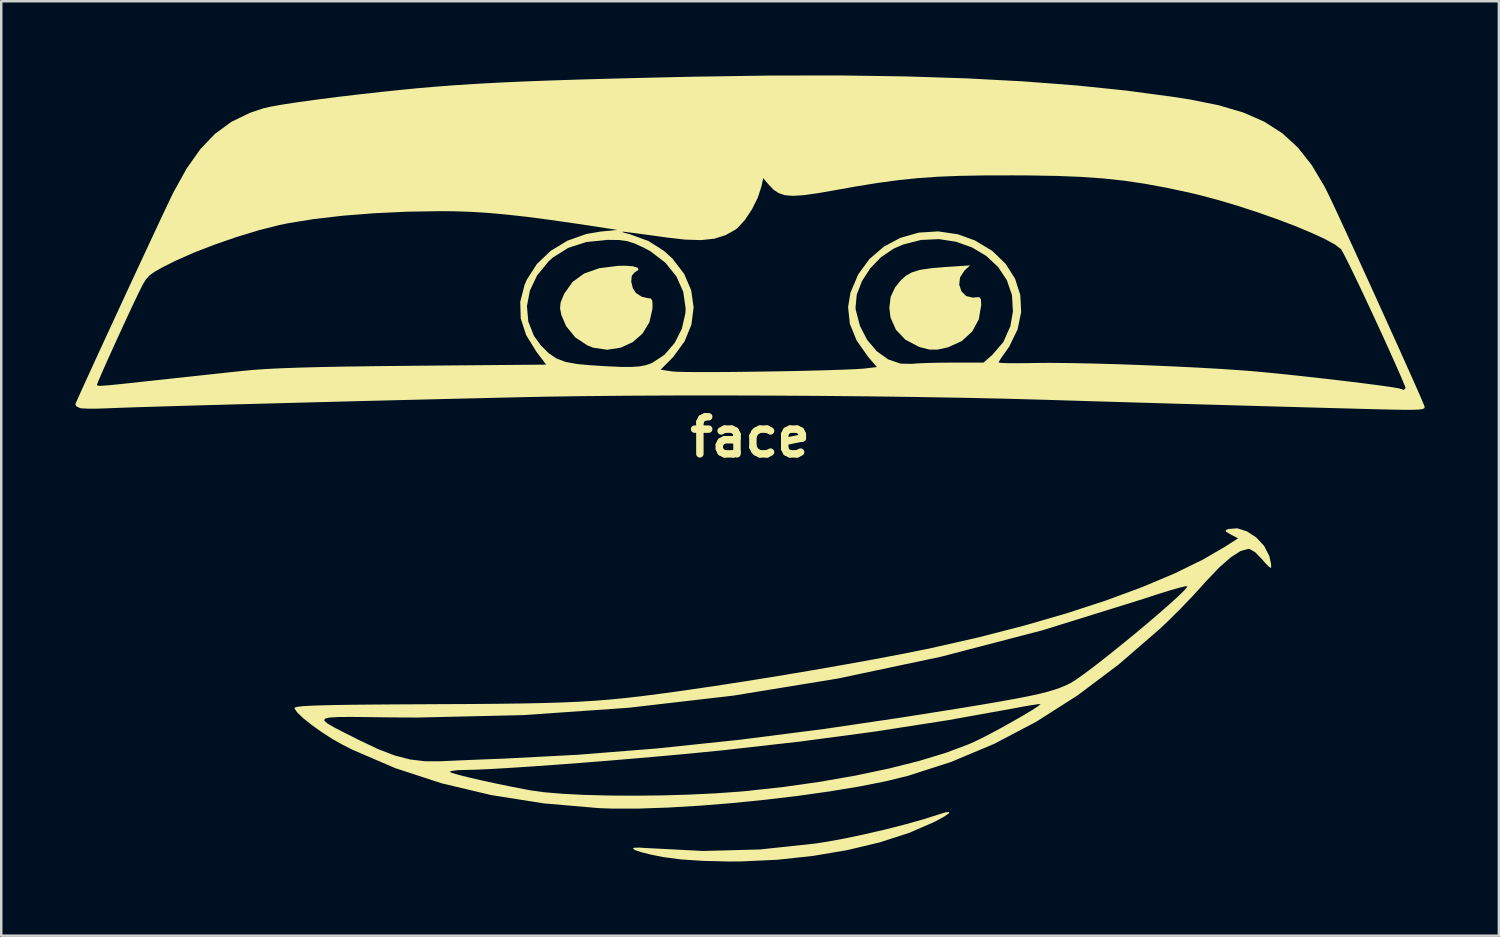
<source format=kicad_pcb>
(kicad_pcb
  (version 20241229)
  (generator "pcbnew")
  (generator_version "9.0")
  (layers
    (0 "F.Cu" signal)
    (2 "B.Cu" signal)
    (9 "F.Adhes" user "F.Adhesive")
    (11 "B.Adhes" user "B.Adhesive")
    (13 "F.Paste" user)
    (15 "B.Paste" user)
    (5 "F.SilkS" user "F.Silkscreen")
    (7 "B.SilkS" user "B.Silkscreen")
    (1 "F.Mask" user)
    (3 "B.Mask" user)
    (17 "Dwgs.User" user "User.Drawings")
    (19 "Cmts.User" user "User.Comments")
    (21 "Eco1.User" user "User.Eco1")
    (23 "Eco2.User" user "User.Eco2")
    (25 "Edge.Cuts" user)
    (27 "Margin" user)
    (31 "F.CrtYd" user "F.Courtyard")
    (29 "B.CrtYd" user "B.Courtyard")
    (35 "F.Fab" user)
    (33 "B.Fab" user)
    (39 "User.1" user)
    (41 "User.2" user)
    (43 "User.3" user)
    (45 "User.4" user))
  (footprint "face"
    (layer "F.Cu")
    (at 27.275 14.617)
    (property "Reference" "face" (at 0 0 0) (layer "F.SilkS") (effects (font (size 1.5 1.5) (thickness 0.3))))
    (attr board_only exclude_from_pos_files exclude_from_bom)
    (fp_poly (pts (xy 8.028 15.208) (xy 7.841 15.338) (xy 7.487 15.532) (xy 7.419 15.566) (xy 6.405 16.004) (xy 5.231 16.382) (xy 3.933 16.692) (xy 2.543 16.928) (xy 1.098 17.084) (xy -0.37 17.152) (xy -0.853 17.155) (xy -1.912 17.13) (xy -2.813 17.069) (xy -3.514 16.976) (xy -4.003 16.879) (xy -4.381 16.785) (xy -4.633 16.703) (xy -4.743 16.638) (xy -4.695 16.599) (xy -4.476 16.593) (xy -4.267 16.607) (xy -1.911 16.729) (xy 0.384 16.669) (xy 2.643 16.427) (xy 3.112 16.354) (xy 3.84 16.22) (xy 4.651 16.048) (xy 5.488 15.853) (xy 6.294 15.647) (xy 7.012 15.445) (xy 7.558 15.271) (xy 7.89 15.168) (xy 8.046 15.149)) (stroke (width 0) (type solid)) (fill yes) (layer "F.SilkS"))
    (fp_poly (pts (xy 8.659 -6.729) (xy 8.481 -6.459) (xy 8.446 -6.164) (xy 8.535 -5.894) (xy 8.727 -5.701) (xy 9.003 -5.636) (xy 9.082 -5.646) (xy 9.251 -5.659) (xy 9.321 -5.577) (xy 9.335 -5.347) (xy 9.335 -5.332) (xy 9.238 -4.758) (xy 8.969 -4.265) (xy 8.549 -3.881) (xy 7.999 -3.631) (xy 7.981 -3.626) (xy 7.575 -3.537) (xy 7.244 -3.537) (xy 6.88 -3.63) (xy 6.792 -3.66) (xy 6.27 -3.938) (xy 5.889 -4.337) (xy 5.67 -4.831) (xy 5.622 -5.222) (xy 5.675 -5.671) (xy 5.858 -6.055) (xy 6.061 -6.309) (xy 6.28 -6.514) (xy 6.532 -6.659) (xy 6.861 -6.759) (xy 7.309 -6.826) (xy 7.831 -6.87) (xy 8.885 -6.94)) (stroke (width 0) (type solid)) (fill yes) (layer "F.SilkS"))
    (fp_poly (pts (xy -4.737 -6.904) (xy -4.548 -6.843) (xy -4.517 -6.758) (xy -4.667 -6.663) (xy -4.668 -6.662) (xy -4.788 -6.523) (xy -4.812 -6.283) (xy -4.746 -6.018) (xy -4.618 -5.823) (xy -4.382 -5.671) (xy -4.174 -5.622) (xy -4.024 -5.604) (xy -3.958 -5.514) (xy -3.949 -5.298) (xy -3.955 -5.177) (xy -4.077 -4.639) (xy -4.354 -4.186) (xy -4.752 -3.837) (xy -5.238 -3.613) (xy -5.778 -3.531) (xy -6.337 -3.611) (xy -6.58 -3.703) (xy -7.072 -4.029) (xy -7.445 -4.488) (xy -7.634 -4.933) (xy -7.688 -5.207) (xy -7.666 -5.437) (xy -7.554 -5.717) (xy -7.511 -5.807) (xy -7.181 -6.273) (xy -6.713 -6.612) (xy -6.1 -6.827) (xy -5.333 -6.922) (xy -5.065 -6.927)) (stroke (width 0) (type solid)) (fill yes) (layer "F.SilkS"))
    (fp_poly (pts (xy 20.078 3.812) (xy 20.454 4.058) (xy 20.768 4.395) (xy 20.973 4.791) (xy 20.991 4.851) (xy 21.047 5.107) (xy 21.057 5.268) (xy 21.049 5.288) (xy 20.967 5.243) (xy 20.805 5.08) (xy 20.675 4.926) (xy 20.41 4.654) (xy 20.179 4.524) (xy 20.128 4.518) (xy 19.818 4.605) (xy 19.421 4.862) (xy 18.943 5.282) (xy 18.395 5.859) (xy 18.291 5.977) (xy 17.881 6.427) (xy 17.39 6.938) (xy 16.886 7.438) (xy 16.543 7.763) (xy 14.882 9.199) (xy 13.225 10.444) (xy 11.555 11.508) (xy 9.857 12.401) (xy 8.115 13.132) (xy 6.375 13.692) (xy 5.483 13.911) (xy 4.426 14.12) (xy 3.242 14.316) (xy 1.966 14.497) (xy 0.635 14.656) (xy -0.714 14.792) (xy -2.046 14.899) (xy -3.323 14.975) (xy -4.51 15.016) (xy -5.569 15.017) (xy -6.124 14.997) (xy -8.351 14.805) (xy -10.471 14.47) (xy -12.475 13.994) (xy -13.894 13.53) (xy -12.148 13.53) (xy -12.055 13.575) (xy -11.796 13.651) (xy -11.404 13.75) (xy -10.91 13.864) (xy -10.346 13.988) (xy -9.745 14.113) (xy -9.137 14.231) (xy -8.885 14.278) (xy -8.302 14.358) (xy -7.553 14.42) (xy -6.671 14.464) (xy -5.688 14.489) (xy -4.639 14.495) (xy -3.557 14.483) (xy -2.475 14.451) (xy -1.426 14.401) (xy -0.444 14.332) (xy -0.151 14.306) (xy 1.358 14.14) (xy 2.837 13.93) (xy 4.257 13.681) (xy 5.592 13.4) (xy 6.815 13.093) (xy 7.899 12.764) (xy 8.817 12.42) (xy 9.042 12.322) (xy 9.37 12.163) (xy 9.768 11.957) (xy 10.202 11.722) (xy 10.639 11.478) (xy 11.044 11.245) (xy 11.383 11.041) (xy 11.622 10.887) (xy 11.727 10.802) (xy 11.728 10.793) (xy 11.622 10.798) (xy 11.363 10.836) (xy 10.994 10.9) (xy 10.705 10.955) (xy 7.96 11.448) (xy 5.057 11.9) (xy 2.035 12.304) (xy -1.068 12.655) (xy -2.46 12.793) (xy -3.556 12.893) (xy -4.675 12.991) (xy -5.792 13.084) (xy -6.882 13.171) (xy -7.921 13.249) (xy -8.884 13.317) (xy -9.747 13.373) (xy -10.484 13.416) (xy -11.071 13.443) (xy -11.484 13.453) (xy -11.493 13.453) (xy -11.826 13.464) (xy -12.062 13.492) (xy -12.148 13.53) (xy -13.894 13.53) (xy -14.35 13.381) (xy -16.087 12.633) (xy -16.472 12.438) (xy -16.897 12.198) (xy -17.328 11.921) (xy -17.731 11.633) (xy -17.946 11.46) (xy -17.218 11.46) (xy -17.092 11.574) (xy -16.826 11.73) (xy -16.429 11.935) (xy -15.909 12.197) (xy -15.812 12.246) (xy -15.038 12.614) (xy -14.37 12.87) (xy -13.759 13.029) (xy -13.154 13.102) (xy -12.502 13.103) (xy -12.449 13.1) (xy -12.037 13.081) (xy -11.485 13.057) (xy -10.858 13.031) (xy -10.216 13.006) (xy -9.989 12.998) (xy -6.971 12.841) (xy -3.79 12.587) (xy -0.46 12.238) (xy 3.006 11.795) (xy 6.074 11.341) (xy 7.337 11.142) (xy 8.418 10.969) (xy 9.334 10.819) (xy 10.104 10.687) (xy 10.743 10.572) (xy 11.268 10.469) (xy 11.698 10.375) (xy 12.049 10.285) (xy 12.337 10.198) (xy 12.581 10.109) (xy 12.797 10.015) (xy 12.934 9.948) (xy 13.164 9.807) (xy 13.502 9.567) (xy 13.925 9.249) (xy 14.409 8.872) (xy 14.93 8.455) (xy 15.466 8.017) (xy 15.992 7.579) (xy 16.485 7.159) (xy 16.922 6.778) (xy 17.279 6.454) (xy 17.533 6.207) (xy 17.66 6.056) (xy 17.67 6.029) (xy 17.58 6.031) (xy 17.329 6.092) (xy 16.948 6.201) (xy 16.465 6.351) (xy 15.909 6.534) (xy 15.888 6.541) (xy 11.824 7.805) (xy 7.703 8.879) (xy 3.533 9.761) (xy -0.677 10.449) (xy -4.918 10.941) (xy -9.181 11.238) (xy -13.457 11.336) (xy -14.554 11.33) (xy -15.449 11.318) (xy -16.152 11.311) (xy -16.672 11.316) (xy -17.017 11.338) (xy -17.196 11.384) (xy -17.218 11.46) (xy -17.946 11.46) (xy -18.07 11.361) (xy -18.311 11.132) (xy -18.42 10.972) (xy -18.423 10.953) (xy -18.39 10.924) (xy -18.283 10.899) (xy -18.088 10.877) (xy -17.792 10.859) (xy -17.38 10.844) (xy -16.839 10.831) (xy -16.155 10.82) (xy -15.315 10.812) (xy -14.305 10.804) (xy -13.11 10.798) (xy -12.8 10.796) (xy -11.464 10.79) (xy -10.304 10.781) (xy -9.295 10.768) (xy -8.412 10.751) (xy -7.631 10.727) (xy -6.926 10.696) (xy -6.273 10.656) (xy -5.647 10.606) (xy -5.022 10.544) (xy -4.375 10.47) (xy -3.681 10.38) (xy -2.914 10.276) (xy -2.66 10.24) (xy -1.475 10.067) (xy -0.199 9.87) (xy 1.129 9.656) (xy 2.469 9.431) (xy 3.779 9.203) (xy 5.019 8.979) (xy 6.15 8.764) (xy 7.132 8.567) (xy 7.329 8.525) (xy 9.239 8.092) (xy 11.061 7.623) (xy 12.781 7.125) (xy 14.38 6.603) (xy 15.843 6.063) (xy 17.153 5.511) (xy 18.294 4.952) (xy 19.171 4.442) (xy 19.718 4.093) (xy 19.423 3.938) (xy 19.236 3.83) (xy 19.214 3.767) (xy 19.325 3.715) (xy 19.686 3.686)) (stroke (width 0) (type solid)) (fill yes) (layer "F.SilkS"))
    (fp_poly (pts (xy 6.278 -14.579) (xy 8.738 -14.5) (xy 11.038 -14.378) (xy 13.187 -14.214) (xy 15.193 -14.007) (xy 17.067 -13.756) (xy 17.77 -13.646) (xy 18.938 -13.412) (xy 19.935 -13.117) (xy 20.785 -12.744) (xy 21.513 -12.275) (xy 22.143 -11.696) (xy 22.699 -10.988) (xy 23.206 -10.137) (xy 23.324 -9.905) (xy 23.447 -9.651) (xy 23.636 -9.25) (xy 23.879 -8.726) (xy 24.167 -8.101) (xy 24.489 -7.399) (xy 24.834 -6.643) (xy 25.192 -5.857) (xy 25.552 -5.064) (xy 25.903 -4.287) (xy 26.236 -3.55) (xy 26.538 -2.876) (xy 26.801 -2.288) (xy 27.013 -1.81) (xy 27.163 -1.465) (xy 27.241 -1.275) (xy 27.246 -1.264) (xy 27.26 -1.206) (xy 27.24 -1.162) (xy 27.166 -1.131) (xy 27.014 -1.111) (xy 26.763 -1.102) (xy 26.389 -1.103) (xy 25.872 -1.112) (xy 25.189 -1.129) (xy 24.725 -1.141) (xy 22.973 -1.188) (xy 21.134 -1.239) (xy 19.256 -1.292) (xy 17.383 -1.345) (xy 15.562 -1.398) (xy 13.839 -1.449) (xy 12.259 -1.497) (xy 11.897 -1.508) (xy 10.308 -1.552) (xy 8.571 -1.589) (xy 6.719 -1.621) (xy 4.786 -1.646) (xy 2.803 -1.665) (xy 0.805 -1.677) (xy -1.177 -1.683) (xy -3.108 -1.681) (xy -4.956 -1.672) (xy -6.688 -1.656) (xy -8.271 -1.633) (xy -9.086 -1.616) (xy -10.395 -1.586) (xy -11.752 -1.554) (xy -13.138 -1.52) (xy -14.537 -1.486) (xy -15.931 -1.451) (xy -17.303 -1.415) (xy -18.636 -1.38) (xy -19.913 -1.346) (xy -21.117 -1.314) (xy -22.23 -1.283) (xy -23.236 -1.254) (xy -24.116 -1.228) (xy -24.855 -1.205) (xy -25.435 -1.185) (xy -25.839 -1.17) (xy -25.952 -1.165) (xy -26.386 -1.15) (xy -26.766 -1.149) (xy -27.031 -1.162) (xy -27.089 -1.17) (xy -27.25 -1.25) (xy -27.275 -1.338) (xy -27.191 -1.532) (xy -27.033 -1.883) (xy -26.926 -2.12) (xy -26.404 -2.12) (xy -26.4 -2.095) (xy -26.371 -2.079) (xy -26.296 -2.072) (xy -26.15 -2.078) (xy -25.911 -2.097) (xy -25.557 -2.132) (xy -25.063 -2.184) (xy -24.408 -2.255) (xy -23.894 -2.311) (xy -23.16 -2.39) (xy -22.358 -2.477) (xy -21.563 -2.563) (xy -20.853 -2.64) (xy -20.531 -2.674) (xy -20.084 -2.716) (xy -19.558 -2.752) (xy -18.936 -2.783) (xy -18.2 -2.809) (xy -17.333 -2.832) (xy -16.319 -2.851) (xy -15.14 -2.867) (xy -13.779 -2.881) (xy -13.637 -2.883) (xy -8.249 -2.929) (xy -8.642 -3.447) (xy -9.059 -4.123) (xy -9.277 -4.793) (xy -9.292 -5.294) (xy -9.026 -5.294) (xy -8.972 -4.672) (xy -8.742 -4.089) (xy -8.46 -3.702) (xy -8.146 -3.391) (xy -7.832 -3.177) (xy -7.465 -3.038) (xy -6.992 -2.952) (xy -6.526 -2.909) (xy -5.794 -2.862) (xy -5.23 -2.837) (xy -4.801 -2.835) (xy -4.475 -2.858) (xy -4.219 -2.906) (xy -4.002 -2.982) (xy -3.961 -3) (xy -3.464 -3.329) (xy -3.056 -3.804) (xy -2.766 -4.375) (xy -2.623 -4.996) (xy -2.612 -5.197) (xy -2.707 -5.869) (xy -2.984 -6.494) (xy -3.428 -7.046) (xy -4.023 -7.503) (xy -4.293 -7.651) (xy -4.668 -7.823) (xy -4.971 -7.921) (xy -5.291 -7.965) (xy -5.714 -7.971) (xy -5.771 -7.97) (xy -6.627 -7.884) (xy -7.359 -7.648) (xy -7.978 -7.258) (xy -8.156 -7.097) (xy -8.615 -6.535) (xy -8.906 -5.924) (xy -9.026 -5.294) (xy -9.292 -5.294) (xy -9.297 -5.467) (xy -9.121 -6.154) (xy -9.031 -6.362) (xy -8.628 -6.992) (xy -8.071 -7.524) (xy -7.392 -7.937) (xy -6.623 -8.21) (xy -6.1 -8.299) (xy -5.189 -8.299) (xy -5.156 -8.28) (xy -5.029 -8.243) (xy -4.869 -8.2) (xy -4.114 -7.925) (xy -3.481 -7.522) (xy -3.142 -7.212) (xy -2.671 -6.597) (xy -2.387 -5.933) (xy -2.289 -5.243) (xy -2.377 -4.549) (xy -2.65 -3.876) (xy -3.108 -3.246) (xy -3.221 -3.128) (xy -3.624 -2.724) (xy -3.152 -2.654) (xy -2.943 -2.64) (xy -2.563 -2.631) (xy -2.041 -2.627) (xy -1.406 -2.628) (xy -0.688 -2.633) (xy 0.085 -2.642) (xy 0.884 -2.654) (xy 1.678 -2.668) (xy 2.438 -2.685) (xy 3.136 -2.704) (xy 3.742 -2.724) (xy 4.227 -2.745) (xy 4.561 -2.766) (xy 4.643 -2.774) (xy 5.119 -2.831) (xy 4.768 -3.24) (xy 4.297 -3.909) (xy 4.026 -4.58) (xy 3.957 -5.232) (xy 4.255 -5.232) (xy 4.265 -5.139) (xy 4.434 -4.494) (xy 4.725 -3.929) (xy 5.114 -3.47) (xy 5.573 -3.142) (xy 6.078 -2.968) (xy 6.526 -2.96) (xy 6.762 -2.979) (xy 7.146 -2.995) (xy 7.625 -3.006) (xy 8.146 -3.011) (xy 8.154 -3.011) (xy 9.43 -3.012) (xy 9.791 -3.329) (xy 10.234 -3.848) (xy 10.513 -4.481) (xy 10.617 -5.071) (xy 10.579 -5.739) (xy 10.371 -6.345) (xy 10.017 -6.877) (xy 9.541 -7.321) (xy 8.967 -7.665) (xy 8.319 -7.896) (xy 7.623 -8.002) (xy 6.901 -7.968) (xy 6.179 -7.783) (xy 5.8 -7.618) (xy 5.286 -7.273) (xy 4.848 -6.819) (xy 4.512 -6.298) (xy 4.305 -5.755) (xy 4.255 -5.232) (xy 3.957 -5.232) (xy 3.954 -5.255) (xy 4.051 -5.837) (xy 4.363 -6.576) (xy 4.82 -7.199) (xy 5.397 -7.695) (xy 6.069 -8.053) (xy 6.809 -8.264) (xy 7.592 -8.315) (xy 8.392 -8.197) (xy 9.079 -7.949) (xy 9.78 -7.527) (xy 10.323 -7.004) (xy 10.704 -6.402) (xy 10.915 -5.744) (xy 10.951 -5.054) (xy 10.805 -4.352) (xy 10.471 -3.663) (xy 10.301 -3.419) (xy 10.141 -3.195) (xy 10.048 -3.044) (xy 10.039 -3.017) (xy 10.134 -2.999) (xy 10.392 -2.988) (xy 10.779 -2.985) (xy 11.258 -2.99) (xy 11.42 -2.994) (xy 12.086 -3) (xy 12.913 -2.992) (xy 13.863 -2.973) (xy 14.896 -2.944) (xy 15.974 -2.905) (xy 17.058 -2.859) (xy 18.108 -2.807) (xy 19.087 -2.751) (xy 19.954 -2.691) (xy 20.33 -2.661) (xy 20.894 -2.609) (xy 21.538 -2.545) (xy 22.235 -2.471) (xy 22.956 -2.391) (xy 23.673 -2.309) (xy 24.357 -2.227) (xy 24.98 -2.149) (xy 25.514 -2.079) (xy 25.93 -2.019) (xy 26.2 -1.974) (xy 26.295 -1.948) (xy 26.42 -1.906) (xy 26.485 -1.984) (xy 26.475 -2.033) (xy 26.307 -2.432) (xy 26.086 -2.935) (xy 25.827 -3.514) (xy 25.542 -4.141) (xy 25.243 -4.79) (xy 24.944 -5.431) (xy 24.658 -6.038) (xy 24.397 -6.583) (xy 24.174 -7.039) (xy 24.003 -7.377) (xy 23.896 -7.57) (xy 23.875 -7.6) (xy 23.632 -7.784) (xy 23.223 -8.008) (xy 22.677 -8.26) (xy 22.023 -8.532) (xy 21.288 -8.811) (xy 20.501 -9.088) (xy 19.692 -9.351) (xy 18.887 -9.59) (xy 18.117 -9.794) (xy 17.724 -9.887) (xy 16.792 -10.085) (xy 15.932 -10.243) (xy 15.102 -10.365) (xy 14.259 -10.455) (xy 13.363 -10.518) (xy 12.372 -10.557) (xy 11.244 -10.576) (xy 10.592 -10.579) (xy 9.45 -10.576) (xy 8.464 -10.559) (xy 7.587 -10.524) (xy 6.773 -10.467) (xy 5.978 -10.385) (xy 5.155 -10.273) (xy 4.258 -10.128) (xy 3.442 -9.982) (xy 2.714 -9.855) (xy 2.151 -9.777) (xy 1.722 -9.75) (xy 1.397 -9.778) (xy 1.146 -9.862) (xy 0.937 -10.005) (xy 0.74 -10.211) (xy 0.739 -10.213) (xy 0.524 -10.467) (xy 0.452 -10.128) (xy 0.306 -9.68) (xy 0.069 -9.207) (xy -0.217 -8.775) (xy -0.513 -8.452) (xy -0.596 -8.388) (xy -1.001 -8.16) (xy -1.453 -8.019) (xy -1.988 -7.962) (xy -2.643 -7.983) (xy -3.336 -8.062) (xy -4.034 -8.159) (xy -4.551 -8.229) (xy -4.904 -8.275) (xy -5.111 -8.298) (xy -5.189 -8.299) (xy -6.1 -8.299) (xy -6.064 -8.305) (xy -5.371 -8.373) (xy -5.823 -8.444) (xy -7.06 -8.632) (xy -8.129 -8.785) (xy -9.058 -8.906) (xy -9.878 -8.997) (xy -10.616 -9.063) (xy -11.302 -9.105) (xy -11.965 -9.127) (xy -12.499 -9.132) (xy -13.86 -9.111) (xy -15.198 -9.048) (xy -16.472 -8.948) (xy -17.644 -8.812) (xy -18.671 -8.646) (xy -19.025 -8.573) (xy -19.837 -8.368) (xy -20.733 -8.096) (xy -21.644 -7.782) (xy -22.501 -7.45) (xy -23.236 -7.124) (xy -23.293 -7.096) (xy -23.75 -6.866) (xy -24.064 -6.691) (xy -24.275 -6.54) (xy -24.421 -6.383) (xy -24.541 -6.188) (xy -24.601 -6.074) (xy -24.741 -5.79) (xy -24.929 -5.395) (xy -25.151 -4.921) (xy -25.392 -4.4) (xy -25.637 -3.866) (xy -25.871 -3.351) (xy -26.079 -2.886) (xy -26.247 -2.505) (xy -26.36 -2.239) (xy -26.404 -2.121) (xy -26.404 -2.12) (xy -26.926 -2.12) (xy -26.812 -2.369) (xy -26.54 -2.965) (xy -26.227 -3.646) (xy -25.884 -4.39) (xy -25.523 -5.171) (xy -25.155 -5.967) (xy -24.79 -6.753) (xy -24.44 -7.505) (xy -24.116 -8.199) (xy -23.83 -8.811) (xy -23.591 -9.317) (xy -23.412 -9.694) (xy -23.31 -9.902) (xy -22.777 -10.862) (xy -22.224 -11.642) (xy -21.63 -12.262) (xy -20.971 -12.743) (xy -20.227 -13.105) (xy -19.673 -13.291) (xy -19.365 -13.36) (xy -18.886 -13.444) (xy -18.263 -13.539) (xy -17.524 -13.641) (xy -16.698 -13.747) (xy -15.814 -13.852) (xy -14.898 -13.954) (xy -13.98 -14.049) (xy -13.453 -14.1) (xy -12.711 -14.164) (xy -11.938 -14.223) (xy -11.114 -14.276) (xy -10.221 -14.325) (xy -9.241 -14.37) (xy -8.154 -14.411) (xy -6.943 -14.451) (xy -5.589 -14.489) (xy -4.074 -14.527) (xy -2.379 -14.565) (xy -2.155 -14.569) (xy 0.84 -14.614) (xy 3.648 -14.617)) (stroke (width 0) (type solid)) (fill yes) (layer "F.SilkS")))
  (gr_rect
    (start -3 -3)
    (end 57.535 34.772)
    (stroke (width 0.1) (type default))
    (fill no)
    (layer "Edge.Cuts")))
</source>
